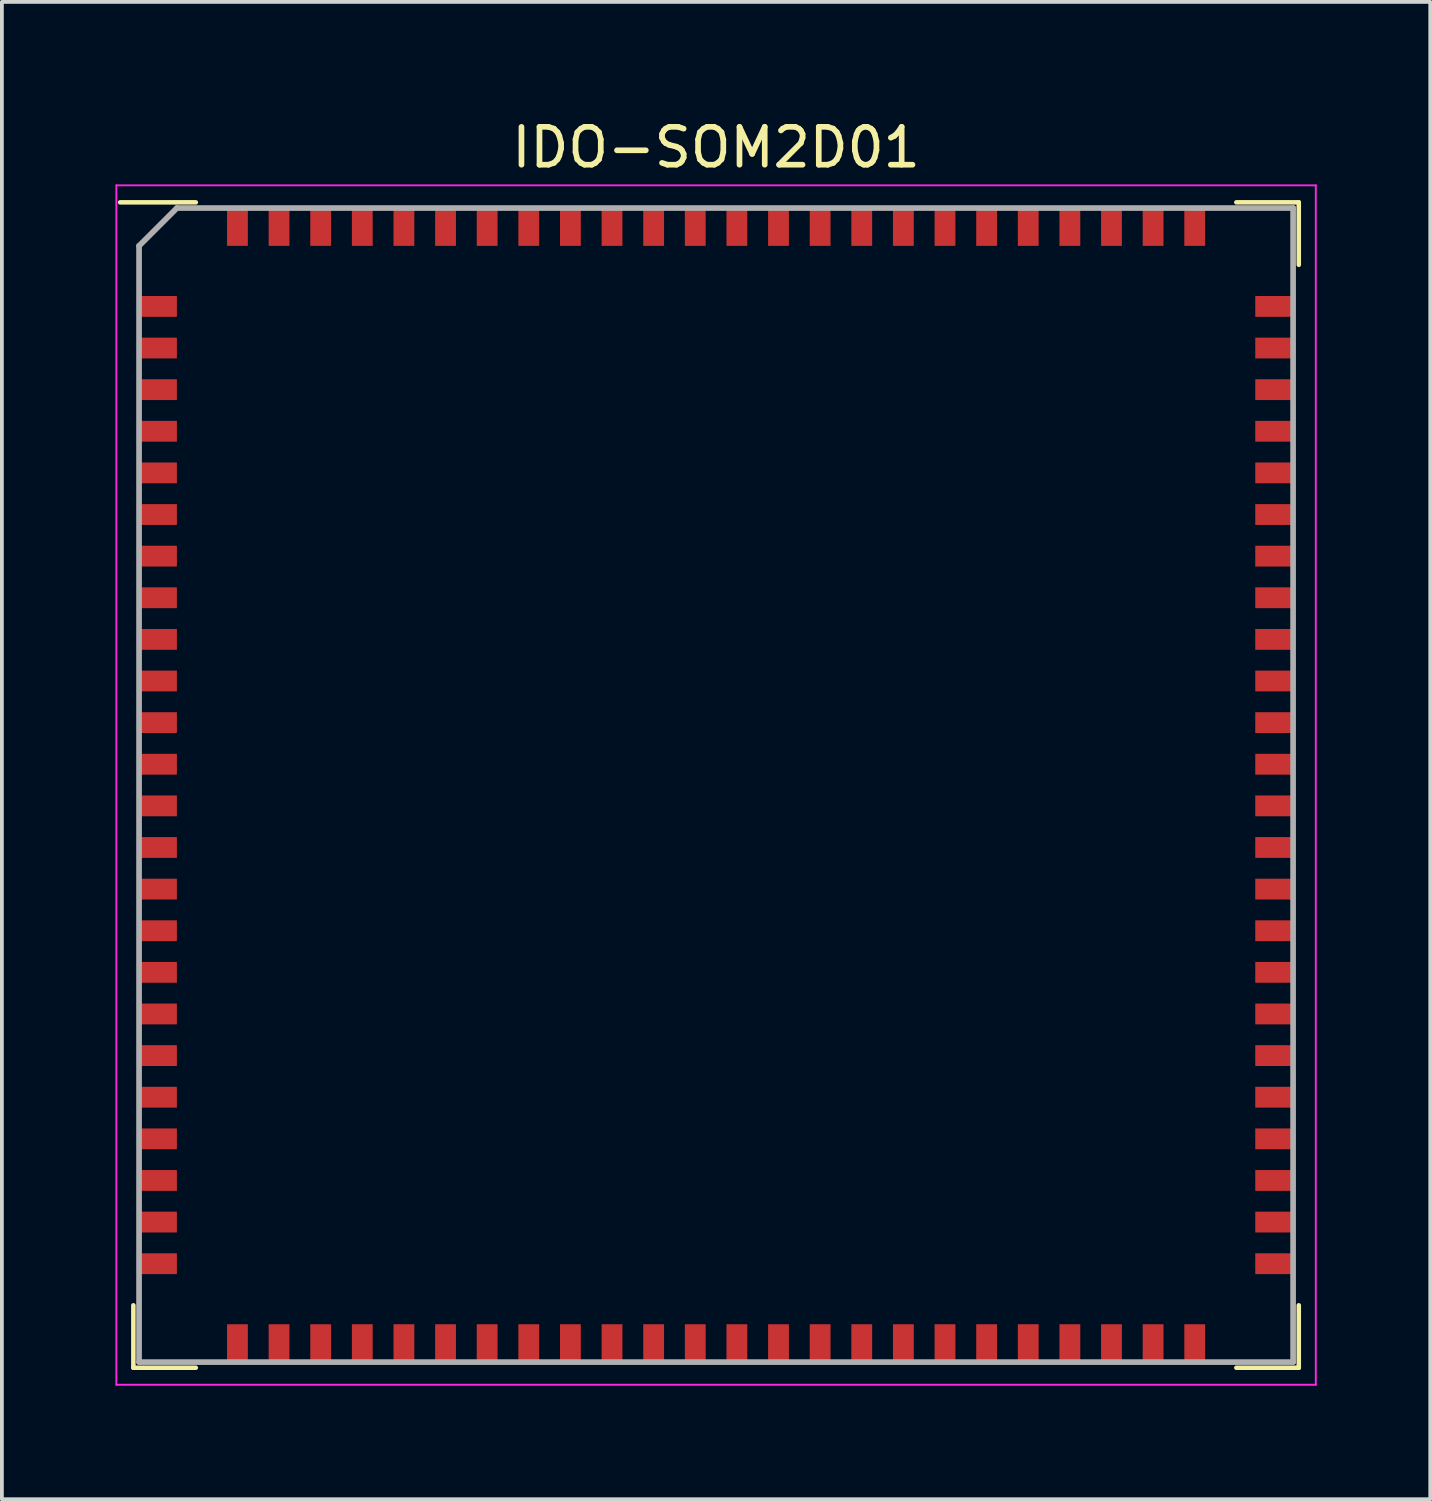
<source format=kicad_pcb>
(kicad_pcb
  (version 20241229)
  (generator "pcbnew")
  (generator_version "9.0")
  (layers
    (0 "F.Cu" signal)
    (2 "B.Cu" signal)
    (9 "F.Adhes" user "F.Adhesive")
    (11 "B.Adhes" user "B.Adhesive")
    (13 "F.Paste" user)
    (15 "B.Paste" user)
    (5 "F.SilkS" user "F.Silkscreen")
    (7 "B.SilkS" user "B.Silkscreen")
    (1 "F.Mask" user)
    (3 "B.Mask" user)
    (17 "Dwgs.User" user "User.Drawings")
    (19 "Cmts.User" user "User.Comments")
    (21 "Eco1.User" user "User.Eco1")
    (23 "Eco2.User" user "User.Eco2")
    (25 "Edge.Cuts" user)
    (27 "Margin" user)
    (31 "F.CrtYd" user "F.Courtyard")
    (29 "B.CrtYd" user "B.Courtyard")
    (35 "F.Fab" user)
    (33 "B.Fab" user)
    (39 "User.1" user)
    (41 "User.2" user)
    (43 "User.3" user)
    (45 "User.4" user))
  (footprint "IDO-SOM2D01"
    (layer "F.Cu")
    (at 15.875 17.698)
    (property "Reference" "IDO-SOM2D01" (at 0 -16.85 0) (layer "F.SilkS") (effects (font (size 1 1) (thickness 0.15))))
    (attr smd)
    (fp_line (start -15.4 15.4) (end -15.4 13.75) (stroke (width 0.12) (type solid)) (layer "F.SilkS"))
    (fp_line (start -13.75 -15.4) (end -15.75 -15.4) (stroke (width 0.12) (type solid)) (layer "F.SilkS"))
    (fp_line (start -13.75 15.4) (end -15.4 15.4) (stroke (width 0.12) (type solid)) (layer "F.SilkS"))
    (fp_line (start 13.75 -15.4) (end 15.4 -15.4) (stroke (width 0.12) (type solid)) (layer "F.SilkS"))
    (fp_line (start 13.75 15.4) (end 15.4 15.4) (stroke (width 0.12) (type solid)) (layer "F.SilkS"))
    (fp_line (start 15.4 -15.4) (end 15.4 -13.75) (stroke (width 0.12) (type solid)) (layer "F.SilkS"))
    (fp_line (start 15.4 15.4) (end 15.4 13.75) (stroke (width 0.12) (type solid)) (layer "F.SilkS"))
    (fp_line (start -15.85 -15.85) (end 15.85 -15.85) (stroke (width 0.05) (type solid)) (layer "F.CrtYd"))
    (fp_line (start -15.85 15.85) (end -15.85 -15.85) (stroke (width 0.05) (type solid)) (layer "F.CrtYd"))
    (fp_line (start 15.85 -15.85) (end 15.85 15.85) (stroke (width 0.05) (type solid)) (layer "F.CrtYd"))
    (fp_line (start 15.85 15.85) (end -15.85 15.85) (stroke (width 0.05) (type solid)) (layer "F.CrtYd"))
    (fp_line (start -15.25 -14.25) (end -15.25 15.25) (stroke (width 0.15) (type solid)) (layer "F.Fab"))
    (fp_line (start -15.25 15.25) (end 15.25 15.25) (stroke (width 0.15) (type solid)) (layer "F.Fab"))
    (fp_line (start -14.25 -15.25) (end -15.25 -14.25) (stroke (width 0.15) (type solid)) (layer "F.Fab"))
    (fp_line (start 15.25 -15.25) (end -14.25 -15.25) (stroke (width 0.15) (type solid)) (layer "F.Fab"))
    (fp_line (start 15.25 15.25) (end 15.25 -15.25) (stroke (width 0.15) (type solid)) (layer "F.Fab"))
    (pad "1" smd rect (at -14.75 -12.65 90) (size 0.55 1) (layers "F.Cu" "F.Mask" "F.Paste"))
    (pad "2" smd rect (at -14.75 -11.55 90) (size 0.55 1) (layers "F.Cu" "F.Mask" "F.Paste"))
    (pad "3" smd rect (at -14.75 -10.45 90) (size 0.55 1) (layers "F.Cu" "F.Mask" "F.Paste"))
    (pad "4" smd rect (at -14.75 -9.35 90) (size 0.55 1) (layers "F.Cu" "F.Mask" "F.Paste"))
    (pad "5" smd rect (at -14.75 -8.25 90) (size 0.55 1) (layers "F.Cu" "F.Mask" "F.Paste"))
    (pad "6" smd rect (at -14.75 -7.15 90) (size 0.55 1) (layers "F.Cu" "F.Mask" "F.Paste"))
    (pad "7" smd rect (at -14.75 -6.05 90) (size 0.55 1) (layers "F.Cu" "F.Mask" "F.Paste"))
    (pad "8" smd rect (at -14.75 -4.95 90) (size 0.55 1) (layers "F.Cu" "F.Mask" "F.Paste"))
    (pad "9" smd rect (at -14.75 -3.85 90) (size 0.55 1) (layers "F.Cu" "F.Mask" "F.Paste"))
    (pad "10" smd rect (at -14.75 -2.75 90) (size 0.55 1) (layers "F.Cu" "F.Mask" "F.Paste"))
    (pad "11" smd rect (at -14.75 -1.65 90) (size 0.55 1) (layers "F.Cu" "F.Mask" "F.Paste"))
    (pad "12" smd rect (at -14.75 -0.55 90) (size 0.55 1) (layers "F.Cu" "F.Mask" "F.Paste"))
    (pad "13" smd rect (at -14.75 0.55 90) (size 0.55 1) (layers "F.Cu" "F.Mask" "F.Paste"))
    (pad "14" smd rect (at -14.75 1.65 90) (size 0.55 1) (layers "F.Cu" "F.Mask" "F.Paste"))
    (pad "15" smd rect (at -14.75 2.75 90) (size 0.55 1) (layers "F.Cu" "F.Mask" "F.Paste"))
    (pad "16" smd rect (at -14.75 3.85 90) (size 0.55 1) (layers "F.Cu" "F.Mask" "F.Paste"))
    (pad "17" smd rect (at -14.75 4.95 90) (size 0.55 1) (layers "F.Cu" "F.Mask" "F.Paste"))
    (pad "18" smd rect (at -14.75 6.05 90) (size 0.55 1) (layers "F.Cu" "F.Mask" "F.Paste"))
    (pad "19" smd rect (at -14.75 7.15 90) (size 0.55 1) (layers "F.Cu" "F.Mask" "F.Paste"))
    (pad "20" smd rect (at -14.75 8.25 90) (size 0.55 1) (layers "F.Cu" "F.Mask" "F.Paste"))
    (pad "21" smd rect (at -14.75 9.35 90) (size 0.55 1) (layers "F.Cu" "F.Mask" "F.Paste"))
    (pad "22" smd rect (at -14.75 10.45 90) (size 0.55 1) (layers "F.Cu" "F.Mask" "F.Paste"))
    (pad "23" smd rect (at -14.75 11.55 90) (size 0.55 1) (layers "F.Cu" "F.Mask" "F.Paste"))
    (pad "24" smd rect (at -14.75 12.65 90) (size 0.55 1) (layers "F.Cu" "F.Mask" "F.Paste"))
    (pad "25" smd rect (at -12.65 14.75) (size 0.55 1) (layers "F.Cu" "F.Mask" "F.Paste"))
    (pad "26" smd rect (at -11.55 14.75) (size 0.55 1) (layers "F.Cu" "F.Mask" "F.Paste"))
    (pad "27" smd rect (at -10.45 14.75) (size 0.55 1) (layers "F.Cu" "F.Mask" "F.Paste"))
    (pad "28" smd rect (at -9.35 14.75) (size 0.55 1) (layers "F.Cu" "F.Mask" "F.Paste"))
    (pad "29" smd rect (at -8.25 14.75) (size 0.55 1) (layers "F.Cu" "F.Mask" "F.Paste"))
    (pad "30" smd rect (at -7.15 14.75) (size 0.55 1) (layers "F.Cu" "F.Mask" "F.Paste"))
    (pad "31" smd rect (at -6.05 14.75) (size 0.55 1) (layers "F.Cu" "F.Mask" "F.Paste"))
    (pad "32" smd rect (at -4.95 14.75) (size 0.55 1) (layers "F.Cu" "F.Mask" "F.Paste"))
    (pad "33" smd rect (at -3.85 14.75) (size 0.55 1) (layers "F.Cu" "F.Mask" "F.Paste"))
    (pad "34" smd rect (at -2.75 14.75) (size 0.55 1) (layers "F.Cu" "F.Mask" "F.Paste"))
    (pad "35" smd rect (at -1.65 14.75) (size 0.55 1) (layers "F.Cu" "F.Mask" "F.Paste"))
    (pad "36" smd rect (at -0.55 14.75) (size 0.55 1) (layers "F.Cu" "F.Mask" "F.Paste"))
    (pad "37" smd rect (at 0.55 14.75) (size 0.55 1) (layers "F.Cu" "F.Mask" "F.Paste"))
    (pad "38" smd rect (at 1.65 14.75) (size 0.55 1) (layers "F.Cu" "F.Mask" "F.Paste"))
    (pad "39" smd rect (at 2.75 14.75) (size 0.55 1) (layers "F.Cu" "F.Mask" "F.Paste"))
    (pad "40" smd rect (at 3.85 14.75) (size 0.55 1) (layers "F.Cu" "F.Mask" "F.Paste"))
    (pad "41" smd rect (at 4.95 14.75) (size 0.55 1) (layers "F.Cu" "F.Mask" "F.Paste"))
    (pad "42" smd rect (at 6.05 14.75) (size 0.55 1) (layers "F.Cu" "F.Mask" "F.Paste"))
    (pad "43" smd rect (at 7.15 14.75) (size 0.55 1) (layers "F.Cu" "F.Mask" "F.Paste"))
    (pad "44" smd rect (at 8.25 14.75) (size 0.55 1) (layers "F.Cu" "F.Mask" "F.Paste"))
    (pad "45" smd rect (at 9.35 14.75) (size 0.55 1) (layers "F.Cu" "F.Mask" "F.Paste"))
    (pad "46" smd rect (at 10.45 14.75) (size 0.55 1) (layers "F.Cu" "F.Mask" "F.Paste"))
    (pad "47" smd rect (at 11.55 14.75) (size 0.55 1) (layers "F.Cu" "F.Mask" "F.Paste"))
    (pad "48" smd rect (at 12.65 14.75) (size 0.55 1) (layers "F.Cu" "F.Mask" "F.Paste"))
    (pad "49" smd rect (at 14.75 12.65 90) (size 0.55 1) (layers "F.Cu" "F.Mask" "F.Paste"))
    (pad "50" smd rect (at 14.75 11.55 90) (size 0.55 1) (layers "F.Cu" "F.Mask" "F.Paste"))
    (pad "51" smd rect (at 14.75 10.45 90) (size 0.55 1) (layers "F.Cu" "F.Mask" "F.Paste"))
    (pad "52" smd rect (at 14.75 9.35 90) (size 0.55 1) (layers "F.Cu" "F.Mask" "F.Paste"))
    (pad "53" smd rect (at 14.75 8.25 90) (size 0.55 1) (layers "F.Cu" "F.Mask" "F.Paste"))
    (pad "54" smd rect (at 14.75 7.15 90) (size 0.55 1) (layers "F.Cu" "F.Mask" "F.Paste"))
    (pad "55" smd rect (at 14.75 6.05 90) (size 0.55 1) (layers "F.Cu" "F.Mask" "F.Paste"))
    (pad "56" smd rect (at 14.75 4.95 90) (size 0.55 1) (layers "F.Cu" "F.Mask" "F.Paste"))
    (pad "57" smd rect (at 14.75 3.85 90) (size 0.55 1) (layers "F.Cu" "F.Mask" "F.Paste"))
    (pad "58" smd rect (at 14.75 2.75 90) (size 0.55 1) (layers "F.Cu" "F.Mask" "F.Paste"))
    (pad "59" smd rect (at 14.75 1.65 90) (size 0.55 1) (layers "F.Cu" "F.Mask" "F.Paste"))
    (pad "60" smd rect (at 14.75 0.55 90) (size 0.55 1) (layers "F.Cu" "F.Mask" "F.Paste"))
    (pad "61" smd rect (at 14.75 -0.55 90) (size 0.55 1) (layers "F.Cu" "F.Mask" "F.Paste"))
    (pad "62" smd rect (at 14.75 -1.65 90) (size 0.55 1) (layers "F.Cu" "F.Mask" "F.Paste"))
    (pad "63" smd rect (at 14.75 -2.75 90) (size 0.55 1) (layers "F.Cu" "F.Mask" "F.Paste"))
    (pad "64" smd rect (at 14.75 -3.85 90) (size 0.55 1) (layers "F.Cu" "F.Mask" "F.Paste"))
    (pad "65" smd rect (at 14.75 -4.95 90) (size 0.55 1) (layers "F.Cu" "F.Mask" "F.Paste"))
    (pad "66" smd rect (at 14.75 -6.05 90) (size 0.55 1) (layers "F.Cu" "F.Mask" "F.Paste"))
    (pad "67" smd rect (at 14.75 -7.15 90) (size 0.55 1) (layers "F.Cu" "F.Mask" "F.Paste"))
    (pad "68" smd rect (at 14.75 -8.25 90) (size 0.55 1) (layers "F.Cu" "F.Mask" "F.Paste"))
    (pad "69" smd rect (at 14.75 -9.35 90) (size 0.55 1) (layers "F.Cu" "F.Mask" "F.Paste"))
    (pad "70" smd rect (at 14.75 -10.45 90) (size 0.55 1) (layers "F.Cu" "F.Mask" "F.Paste"))
    (pad "71" smd rect (at 14.75 -11.55 90) (size 0.55 1) (layers "F.Cu" "F.Mask" "F.Paste"))
    (pad "72" smd rect (at 14.75 -12.65 90) (size 0.55 1) (layers "F.Cu" "F.Mask" "F.Paste"))
    (pad "73" smd rect (at 12.65 -14.75) (size 0.55 1) (layers "F.Cu" "F.Mask" "F.Paste"))
    (pad "74" smd rect (at 11.55 -14.75) (size 0.55 1) (layers "F.Cu" "F.Mask" "F.Paste"))
    (pad "75" smd rect (at 10.45 -14.75) (size 0.55 1) (layers "F.Cu" "F.Mask" "F.Paste"))
    (pad "76" smd rect (at 9.35 -14.75) (size 0.55 1) (layers "F.Cu" "F.Mask" "F.Paste"))
    (pad "77" smd rect (at 8.25 -14.75) (size 0.55 1) (layers "F.Cu" "F.Mask" "F.Paste"))
    (pad "78" smd rect (at 7.15 -14.75) (size 0.55 1) (layers "F.Cu" "F.Mask" "F.Paste"))
    (pad "79" smd rect (at 6.05 -14.75) (size 0.55 1) (layers "F.Cu" "F.Mask" "F.Paste"))
    (pad "80" smd rect (at 4.95 -14.75) (size 0.55 1) (layers "F.Cu" "F.Mask" "F.Paste"))
    (pad "81" smd rect (at 3.85 -14.75) (size 0.55 1) (layers "F.Cu" "F.Mask" "F.Paste"))
    (pad "82" smd rect (at 2.75 -14.75) (size 0.55 1) (layers "F.Cu" "F.Mask" "F.Paste"))
    (pad "83" smd rect (at 1.65 -14.75) (size 0.55 1) (layers "F.Cu" "F.Mask" "F.Paste"))
    (pad "84" smd rect (at 0.55 -14.75) (size 0.55 1) (layers "F.Cu" "F.Mask" "F.Paste"))
    (pad "85" smd rect (at -0.55 -14.75) (size 0.55 1) (layers "F.Cu" "F.Mask" "F.Paste"))
    (pad "86" smd rect (at -1.65 -14.75) (size 0.55 1) (layers "F.Cu" "F.Mask" "F.Paste"))
    (pad "87" smd rect (at -2.75 -14.75) (size 0.55 1) (layers "F.Cu" "F.Mask" "F.Paste"))
    (pad "88" smd rect (at -3.85 -14.75) (size 0.55 1) (layers "F.Cu" "F.Mask" "F.Paste"))
    (pad "89" smd rect (at -4.95 -14.75) (size 0.55 1) (layers "F.Cu" "F.Mask" "F.Paste"))
    (pad "90" smd rect (at -6.05 -14.75) (size 0.55 1) (layers "F.Cu" "F.Mask" "F.Paste"))
    (pad "91" smd rect (at -7.15 -14.75) (size 0.55 1) (layers "F.Cu" "F.Mask" "F.Paste"))
    (pad "92" smd rect (at -8.25 -14.75) (size 0.55 1) (layers "F.Cu" "F.Mask" "F.Paste"))
    (pad "93" smd rect (at -9.35 -14.75) (size 0.55 1) (layers "F.Cu" "F.Mask" "F.Paste"))
    (pad "94" smd rect (at -10.45 -14.75) (size 0.55 1) (layers "F.Cu" "F.Mask" "F.Paste"))
    (pad "95" smd rect (at -11.55 -14.75) (size 0.55 1) (layers "F.Cu" "F.Mask" "F.Paste"))
    (pad "96" smd rect (at -12.65 -14.75) (size 0.55 1) (layers "F.Cu" "F.Mask" "F.Paste")))
  (gr_rect
    (start -3 -3)
    (end 34.75 36.573)
    (stroke (width 0.1) (type default))
    (fill no)
    (layer "Edge.Cuts")))
</source>
